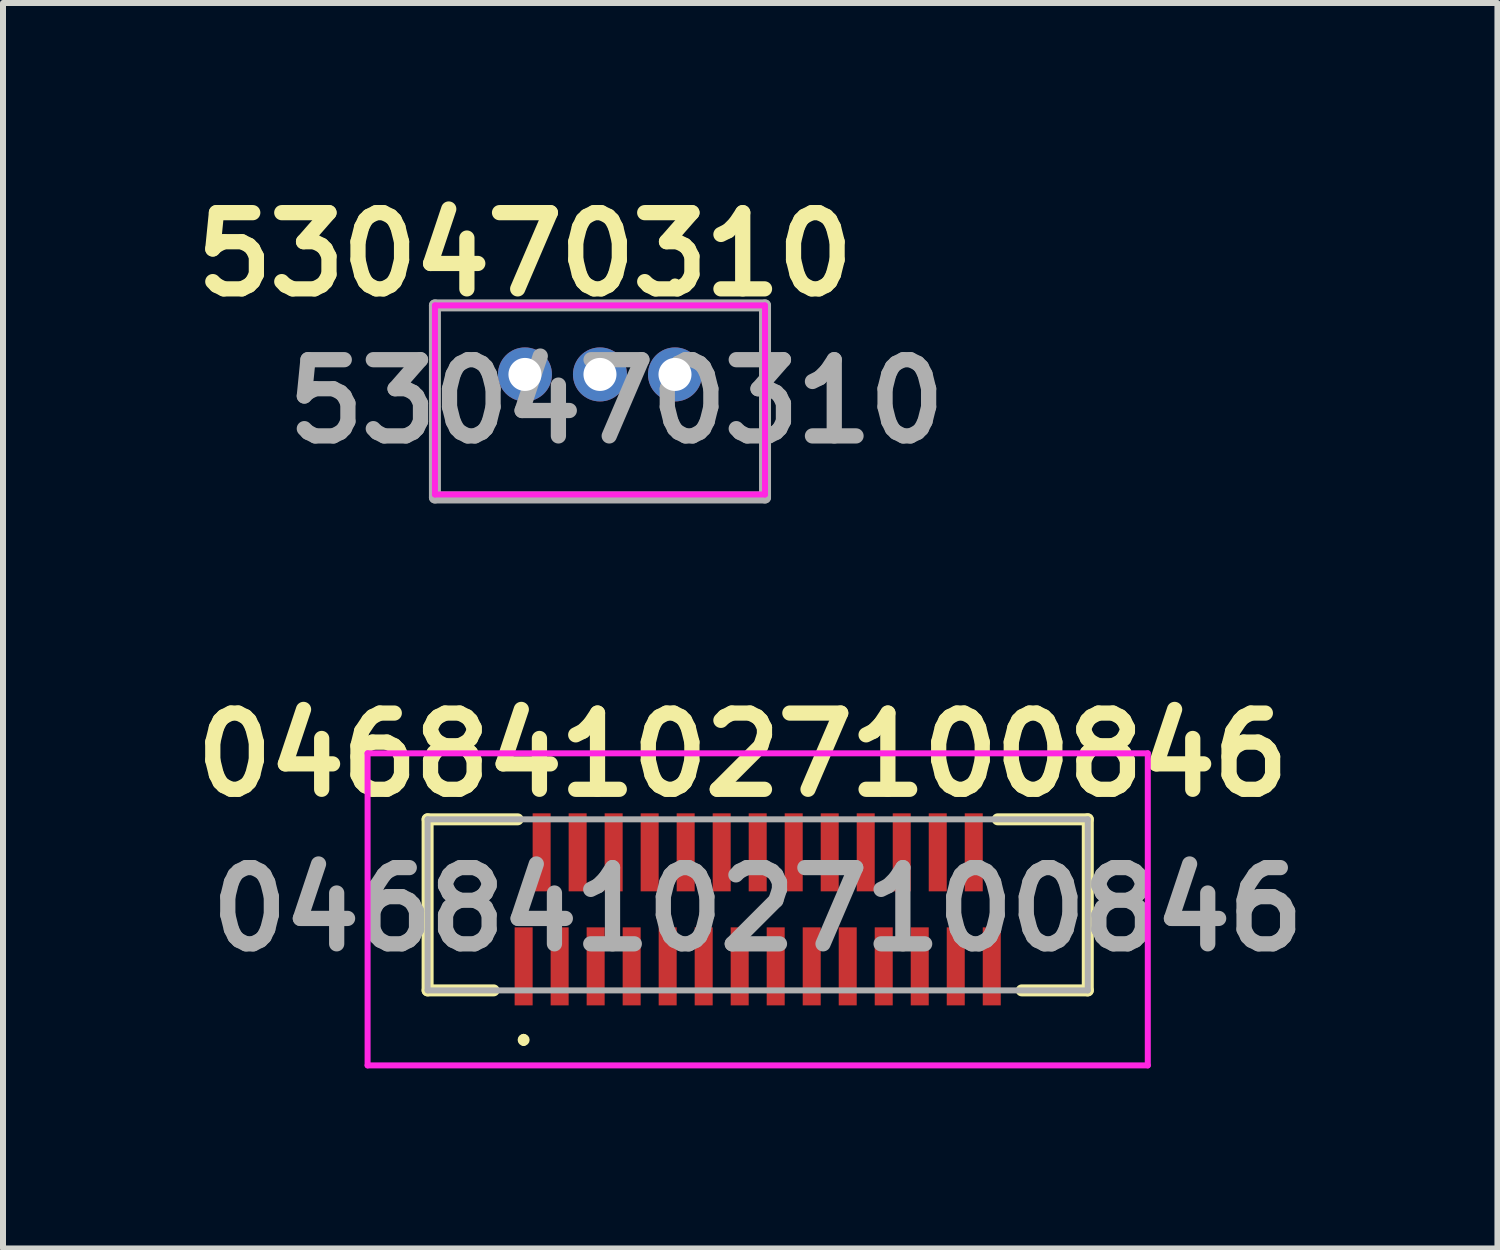
<source format=kicad_pcb>
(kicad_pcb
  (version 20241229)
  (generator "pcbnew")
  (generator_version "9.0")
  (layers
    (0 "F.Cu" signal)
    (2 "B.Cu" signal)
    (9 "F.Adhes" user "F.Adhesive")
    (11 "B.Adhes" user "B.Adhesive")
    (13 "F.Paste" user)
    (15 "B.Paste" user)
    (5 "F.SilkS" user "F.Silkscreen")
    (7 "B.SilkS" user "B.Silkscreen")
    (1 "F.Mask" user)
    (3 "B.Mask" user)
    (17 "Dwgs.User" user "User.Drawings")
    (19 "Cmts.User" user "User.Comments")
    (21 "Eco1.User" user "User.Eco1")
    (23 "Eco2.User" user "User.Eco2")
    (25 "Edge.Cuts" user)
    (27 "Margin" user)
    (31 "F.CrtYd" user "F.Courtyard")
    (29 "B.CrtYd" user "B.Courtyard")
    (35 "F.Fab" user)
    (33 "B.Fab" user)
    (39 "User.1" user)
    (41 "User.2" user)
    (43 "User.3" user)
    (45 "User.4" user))
  (footprint "530470310"
    (layer "F.Cu")
    (at 8.197 3.189)
    (property "Reference" "530470310" (at -2.5 -2 0) (layer "F.SilkS") (effects (font (size 1.27 1.27) (thickness 0.254))))
    (attr through_hole)
    (fp_line (start -4 -1.15) (end 1.5 -1.15) (stroke (width 0.1) (type solid)) (layer "F.SilkS"))
    (fp_line (start -4 2.05) (end -4 -1.15) (stroke (width 0.1) (type solid)) (layer "F.SilkS"))
    (fp_line (start -0.05 -1.5) (end -0.05 -1.5) (stroke (width 0.1) (type solid)) (layer "F.SilkS"))
    (fp_line (start 0.05 -1.5) (end 0.05 -1.5) (stroke (width 0.1) (type solid)) (layer "F.SilkS"))
    (fp_line (start 1.5 -1.15) (end 1.5 2.05) (stroke (width 0.1) (type solid)) (layer "F.SilkS"))
    (fp_line (start 1.5 2.05) (end -4 2.05) (stroke (width 0.1) (type solid)) (layer "F.SilkS"))
    (fp_arc (start -0.05 -1.5) (mid 0 -1.55) (end 0.05 -1.5) (stroke (width 0.1) (type solid)) (layer "F.SilkS"))
    (fp_arc (start 0.05 -1.5) (mid 0 -1.45) (end -0.05 -1.5) (stroke (width 0.1) (type solid)) (layer "F.SilkS"))
    (fp_line (start -4 -1.15) (end 1.5 -1.15) (stroke (width 0.1) (type solid)) (layer "F.CrtYd"))
    (fp_line (start -4 2) (end -4 -1.15) (stroke (width 0.1) (type solid)) (layer "F.CrtYd"))
    (fp_line (start 1.5 -1.15) (end 1.5 2) (stroke (width 0.1) (type solid)) (layer "F.CrtYd"))
    (fp_line (start 1.5 2) (end -4 2) (stroke (width 0.1) (type solid)) (layer "F.CrtYd"))
    (fp_line (start -4 -1.15) (end 1.5 -1.15) (stroke (width 0.2) (type solid)) (layer "F.Fab"))
    (fp_line (start -4 2.05) (end -4 -1.15) (stroke (width 0.2) (type solid)) (layer "F.Fab"))
    (fp_line (start 1.5 -1.15) (end 1.5 2.05) (stroke (width 0.2) (type solid)) (layer "F.Fab"))
    (fp_line (start 1.5 2.05) (end -4 2.05) (stroke (width 0.2) (type solid)) (layer "F.Fab"))
    (fp_text user "${REFERENCE}" (at -0.975 0.45 0) (layer "F.Fab") (effects (font (size 1.27 1.27) (thickness 0.254))))
    (pad "1" thru_hole circle (at 0 0) (size 0.9 0.9) (drill 0.55) (layers "*.Cu" "*.Mask"))
    (pad "2" thru_hole circle (at -1.25 0) (size 0.9 0.9) (drill 0.55) (layers "*.Cu" "*.Mask"))
    (pad "3" thru_hole circle (at -2.5 0) (size 0.9 0.9) (drill 0.55) (layers "*.Cu" "*.Mask")))
  (footprint "046841027100846"
    (layer "F.Cu")
    (at 9.575 12.027)
    (property "Reference" "046841027100846" (at -0.25 -2.5 0) (layer "F.SilkS") (effects (font (size 1.27 1.27) (thickness 0.254))))
    (attr smd)
    (fp_line (start -5.5 -1.425) (end -4 -1.425) (stroke (width 0.2) (type solid)) (layer "F.SilkS"))
    (fp_line (start -5.5 1.425) (end -5.5 -1.425) (stroke (width 0.2) (type solid)) (layer "F.SilkS"))
    (fp_line (start -4.4 1.425) (end -5.5 1.425) (stroke (width 0.2) (type solid)) (layer "F.SilkS"))
    (fp_line (start -3.9 2.2) (end -3.9 2.2) (stroke (width 0.1) (type solid)) (layer "F.SilkS"))
    (fp_line (start -3.9 2.3) (end -3.9 2.3) (stroke (width 0.1) (type solid)) (layer "F.SilkS"))
    (fp_line (start 4 -1.425) (end 5.5 -1.425) (stroke (width 0.2) (type solid)) (layer "F.SilkS"))
    (fp_line (start 5.5 -1.425) (end 5.5 1.425) (stroke (width 0.2) (type solid)) (layer "F.SilkS"))
    (fp_line (start 5.5 1.425) (end 4.4 1.425) (stroke (width 0.2) (type solid)) (layer "F.SilkS"))
    (fp_arc (start -3.9 2.2) (mid -3.85 2.25) (end -3.9 2.3) (stroke (width 0.1) (type solid)) (layer "F.SilkS"))
    (fp_arc (start -3.9 2.3) (mid -3.95 2.25) (end -3.9 2.2) (stroke (width 0.1) (type solid)) (layer "F.SilkS"))
    (fp_line (start -6.5 -2.525) (end 6.5 -2.525) (stroke (width 0.1) (type solid)) (layer "F.CrtYd"))
    (fp_line (start -6.5 2.675) (end -6.5 -2.525) (stroke (width 0.1) (type solid)) (layer "F.CrtYd"))
    (fp_line (start 6.5 -2.525) (end 6.5 2.675) (stroke (width 0.1) (type solid)) (layer "F.CrtYd"))
    (fp_line (start 6.5 2.675) (end -6.5 2.675) (stroke (width 0.1) (type solid)) (layer "F.CrtYd"))
    (fp_line (start -5.5 -1.425) (end 5.5 -1.425) (stroke (width 0.1) (type solid)) (layer "F.Fab"))
    (fp_line (start -5.5 1.425) (end -5.5 -1.425) (stroke (width 0.1) (type solid)) (layer "F.Fab"))
    (fp_line (start 5.5 -1.425) (end 5.5 1.425) (stroke (width 0.1) (type solid)) (layer "F.Fab"))
    (fp_line (start 5.5 1.425) (end -5.5 1.425) (stroke (width 0.1) (type solid)) (layer "F.Fab"))
    (fp_text user "${REFERENCE}" (at 0 0.075 0) (layer "F.Fab") (effects (font (size 1.27 1.27) (thickness 0.254))))
    (pad "1" smd rect (at -3.9 1.025) (size 0.3 1.3) (layers "F.Cu" "F.Mask" "F.Paste"))
    (pad "2" smd rect (at -3.6 -0.875) (size 0.3 1.3) (layers "F.Cu" "F.Mask" "F.Paste"))
    (pad "3" smd rect (at -3.3 1.025) (size 0.3 1.3) (layers "F.Cu" "F.Mask" "F.Paste"))
    (pad "4" smd rect (at -3 -0.875) (size 0.3 1.3) (layers "F.Cu" "F.Mask" "F.Paste"))
    (pad "5" smd rect (at -2.7 1.025) (size 0.3 1.3) (layers "F.Cu" "F.Mask" "F.Paste"))
    (pad "6" smd rect (at -2.4 -0.875) (size 0.3 1.3) (layers "F.Cu" "F.Mask" "F.Paste"))
    (pad "7" smd rect (at -2.1 1.025) (size 0.3 1.3) (layers "F.Cu" "F.Mask" "F.Paste"))
    (pad "8" smd rect (at -1.8 -0.875) (size 0.3 1.3) (layers "F.Cu" "F.Mask" "F.Paste"))
    (pad "9" smd rect (at -1.5 1.025) (size 0.3 1.3) (layers "F.Cu" "F.Mask" "F.Paste"))
    (pad "10" smd rect (at -1.2 -0.875) (size 0.3 1.3) (layers "F.Cu" "F.Mask" "F.Paste"))
    (pad "11" smd rect (at -0.9 1.025) (size 0.3 1.3) (layers "F.Cu" "F.Mask" "F.Paste"))
    (pad "12" smd rect (at -0.6 -0.875) (size 0.3 1.3) (layers "F.Cu" "F.Mask" "F.Paste"))
    (pad "13" smd rect (at -0.3 1.025) (size 0.3 1.3) (layers "F.Cu" "F.Mask" "F.Paste"))
    (pad "14" smd rect (at 0 -0.875) (size 0.3 1.3) (layers "F.Cu" "F.Mask" "F.Paste"))
    (pad "15" smd rect (at 0.3 1.025) (size 0.3 1.3) (layers "F.Cu" "F.Mask" "F.Paste"))
    (pad "16" smd rect (at 0.6 -0.875) (size 0.3 1.3) (layers "F.Cu" "F.Mask" "F.Paste"))
    (pad "17" smd rect (at 0.9 1.025) (size 0.3 1.3) (layers "F.Cu" "F.Mask" "F.Paste"))
    (pad "18" smd rect (at 1.2 -0.875) (size 0.3 1.3) (layers "F.Cu" "F.Mask" "F.Paste"))
    (pad "19" smd rect (at 1.5 1.025) (size 0.3 1.3) (layers "F.Cu" "F.Mask" "F.Paste"))
    (pad "20" smd rect (at 1.8 -0.875) (size 0.3 1.3) (layers "F.Cu" "F.Mask" "F.Paste"))
    (pad "21" smd rect (at 2.1 1.025) (size 0.3 1.3) (layers "F.Cu" "F.Mask" "F.Paste"))
    (pad "22" smd rect (at 2.4 -0.875) (size 0.3 1.3) (layers "F.Cu" "F.Mask" "F.Paste"))
    (pad "23" smd rect (at 2.7 1.025) (size 0.3 1.3) (layers "F.Cu" "F.Mask" "F.Paste"))
    (pad "24" smd rect (at 3 -0.875) (size 0.3 1.3) (layers "F.Cu" "F.Mask" "F.Paste"))
    (pad "25" smd rect (at 3.3 1.025) (size 0.3 1.3) (layers "F.Cu" "F.Mask" "F.Paste"))
    (pad "26" smd rect (at 3.6 -0.875) (size 0.3 1.3) (layers "F.Cu" "F.Mask" "F.Paste"))
    (pad "27" smd rect (at 3.9 1.025) (size 0.3 1.3) (layers "F.Cu" "F.Mask" "F.Paste")))
  (gr_rect
    (start -3 -3)
    (end 21.901 17.752)
    (stroke (width 0.1) (type default))
    (fill no)
    (layer "Edge.Cuts")))
</source>
